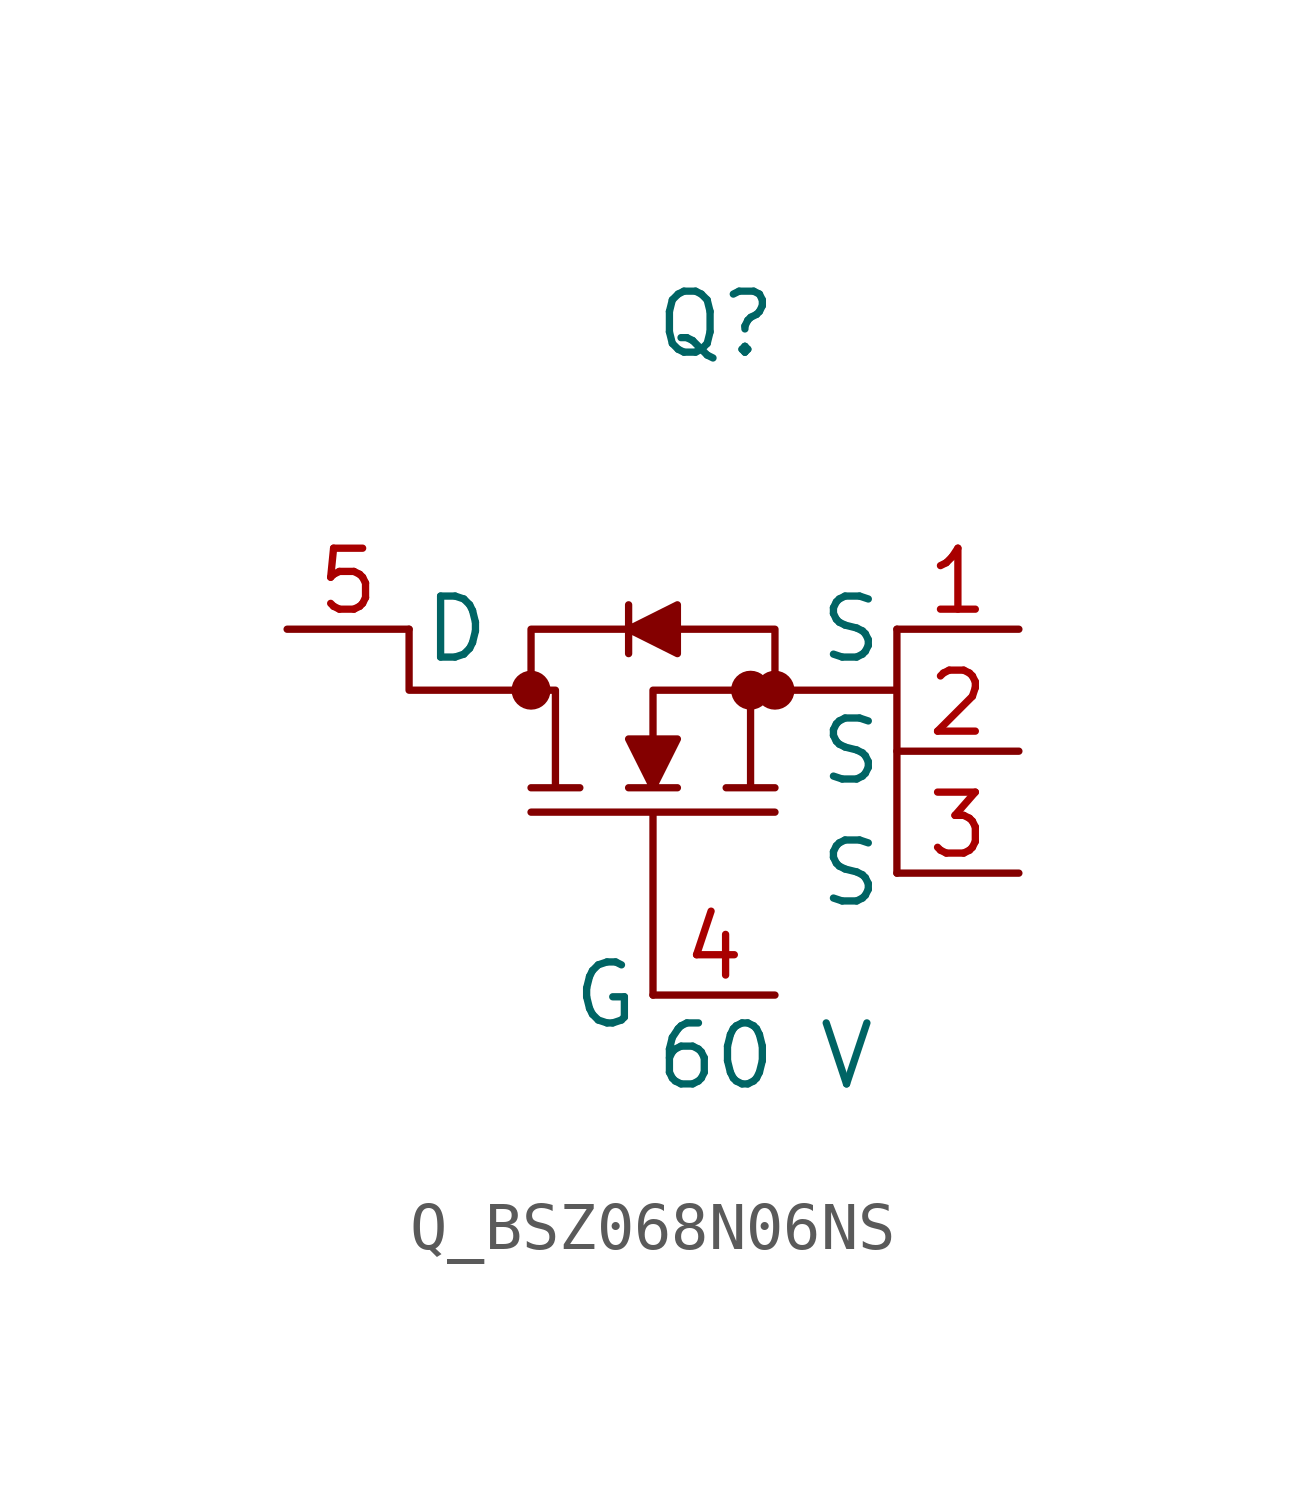
<source format=kicad_sym>
(kicad_symbol_lib
  (version 20231120)
  (generator kicad_symbol_editor)
  (generator_version 8.0)
  (symbol "Q_BSZ068N06NS"
    (pin_names
      (offset 0.254))
    (property "Reference" "Q"
      (at 0 7.62 0)
      (effects (font (size 1.27 1.27)) (justify left)))
    (property "Value" "60 V"
      (at 0 -7.62 0)
      (effects (font (size 1.27 1.27)) (justify left)))
    (symbol "Q_BSZ068N06NS_1_0"
      (polyline (pts (xy 0 -6.35) (xy 0 -2.54) (xy -2.54 -2.54) (xy 2.54 -2.54) (xy 0 -2.54) (xy 0 -6.35)) (stroke (width 0) (type default)) (fill (type none)))
      (polyline (pts (xy 5.08 1.27) (xy 5.08 0.0) (xy 2.54 0.0) (xy 2.54 1.27) (xy 0.508 1.27) (xy 0.508 1.778) (xy -0.508 1.27) (xy -0.508 1.778) (xy -0.508 1.27) (xy -2.54 1.27) (xy -2.54 0.0) (xy -5.08 0.0) (xy -5.08 1.27) (xy -5.08 0.0) (xy -2.032 0.0) (xy -2.032 -2.032) (xy -2.54 -2.032) (xy -1.524 -2.032) (xy -2.032 -2.032) (xy -2.032 0.0) (xy -2.54 0.0) (xy -2.54 1.27) (xy -0.508 1.27) (xy -0.508 0.762) (xy -0.508 1.27) (xy 0.508 0.762) (xy 0.508 1.27) (xy 2.54 1.27) (xy 2.54 0.0) (xy 0 0.0) (xy 0 -1.016) (xy -0.508 -1.016) (xy 0 -2.032) (xy -0.508 -2.032) (xy 0.508 -2.032) (xy 0 -2.032) (xy 0.508 -1.016) (xy 0 -1.016) (xy 0 0.0) (xy 2.032 0.0) (xy 2.032 -2.032) (xy 1.524 -2.032) (xy 2.54 -2.032) (xy 2.032 -2.032) (xy 2.032 0.0) (xy 5.08 0.0) (xy 5.08 -3.81)) (stroke (width 0) (type default)) (fill (type outline)))
      (circle (center -2.54 0.0) (radius 0.025) (stroke (width 0.381) (type default)) (fill (type none)))
      (circle (center 2.032 0.0) (radius 0.025) (stroke (width 0.381) (type default)) (fill (type none)))
      (circle (center 2.54 0.0) (radius 0.025) (stroke (width 0.381) (type default)) (fill (type none)))
      (pin passive line (at -7.62 1.27 0) (length 2.54) (name "D" (effects (font (size 1.27 1.27)))) (number "5" (effects (font (size 1.27 1.27)))))
      (pin passive line (at 7.62 1.27 180) (length 2.54) (name "S" (effects (font (size 1.27 1.27)))) (number "1" (effects (font (size 1.27 1.27)))))
      (pin passive line (at 7.62 -1.27 180) (length 2.54) (name "S" (effects (font (size 1.27 1.27)))) (number "2" (effects (font (size 1.27 1.27)))))
      (pin passive line (at 7.62 -3.81 180) (length 2.54) (name "S" (effects (font (size 1.27 1.27)))) (number "3" (effects (font (size 1.27 1.27)))))
      (pin passive line (at 2.54 -6.35 180) (length 2.54) (name "G" (effects (font (size 1.27 1.27)))) (number "4" (effects (font (size 1.27 1.27))))))))
</source>
